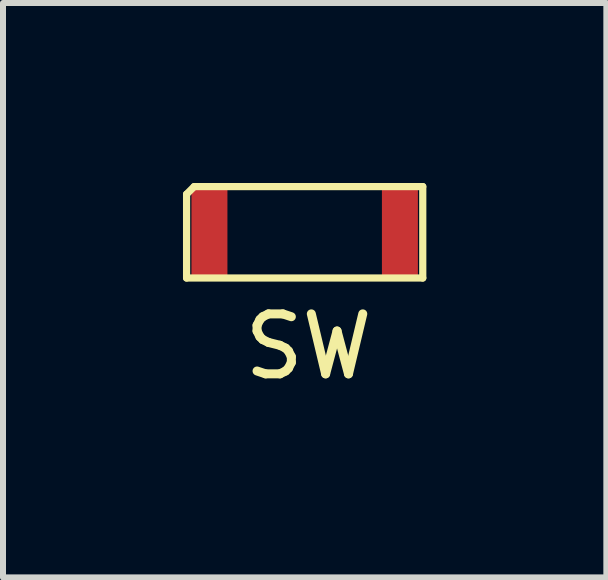
<source format=kicad_pcb>
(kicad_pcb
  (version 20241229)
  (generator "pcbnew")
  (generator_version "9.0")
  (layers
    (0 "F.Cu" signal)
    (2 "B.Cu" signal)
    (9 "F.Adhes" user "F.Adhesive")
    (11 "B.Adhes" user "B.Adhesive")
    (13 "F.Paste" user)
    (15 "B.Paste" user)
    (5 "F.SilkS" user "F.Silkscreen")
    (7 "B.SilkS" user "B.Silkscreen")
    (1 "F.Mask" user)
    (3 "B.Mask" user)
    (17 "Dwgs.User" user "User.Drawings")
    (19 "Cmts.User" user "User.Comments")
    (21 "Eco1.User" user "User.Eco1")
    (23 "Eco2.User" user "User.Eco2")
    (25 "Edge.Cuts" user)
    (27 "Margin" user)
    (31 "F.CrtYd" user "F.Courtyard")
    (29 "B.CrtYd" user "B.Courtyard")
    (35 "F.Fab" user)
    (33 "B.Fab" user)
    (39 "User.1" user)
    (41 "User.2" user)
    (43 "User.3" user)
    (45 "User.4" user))
  (footprint "SW"
    (layer "F.Cu")
    (at 2.092 0.822)
    (property "Reference" "SW" (at 0 1.905 0) (layer "F.SilkS") (effects (font (size 1 1) (thickness 0.15))))
    (attr through_hole)
    (fp_line (start -2.032 -0.635) (end -2.032 0.762) (stroke (width 0.12) (type solid)) (layer "F.SilkS"))
    (fp_line (start -2.032 0.762) (end 1.905 0.762) (stroke (width 0.12) (type solid)) (layer "F.SilkS"))
    (fp_line (start -1.905 -0.762) (end -2.032 -0.635) (stroke (width 0.12) (type solid)) (layer "F.SilkS"))
    (fp_line (start 1.905 -0.762) (end -1.905 -0.762) (stroke (width 0.12) (type solid)) (layer "F.SilkS"))
    (fp_line (start 1.905 0.762) (end 1.905 -0.762) (stroke (width 0.12) (type solid)) (layer "F.SilkS"))
    (pad "1" smd rect (at -1.651 0) (size 0.6 1.524) (layers "F.Cu" "F.Mask" "F.Paste"))
    (pad "2" smd rect (at 1.524 0) (size 0.6 1.524) (layers "F.Cu" "F.Mask" "F.Paste")))
  (gr_rect
    (start -3 -3)
    (end 7.057 6.575)
    (stroke (width 0.1) (type default))
    (fill no)
    (layer "Edge.Cuts")))
</source>
